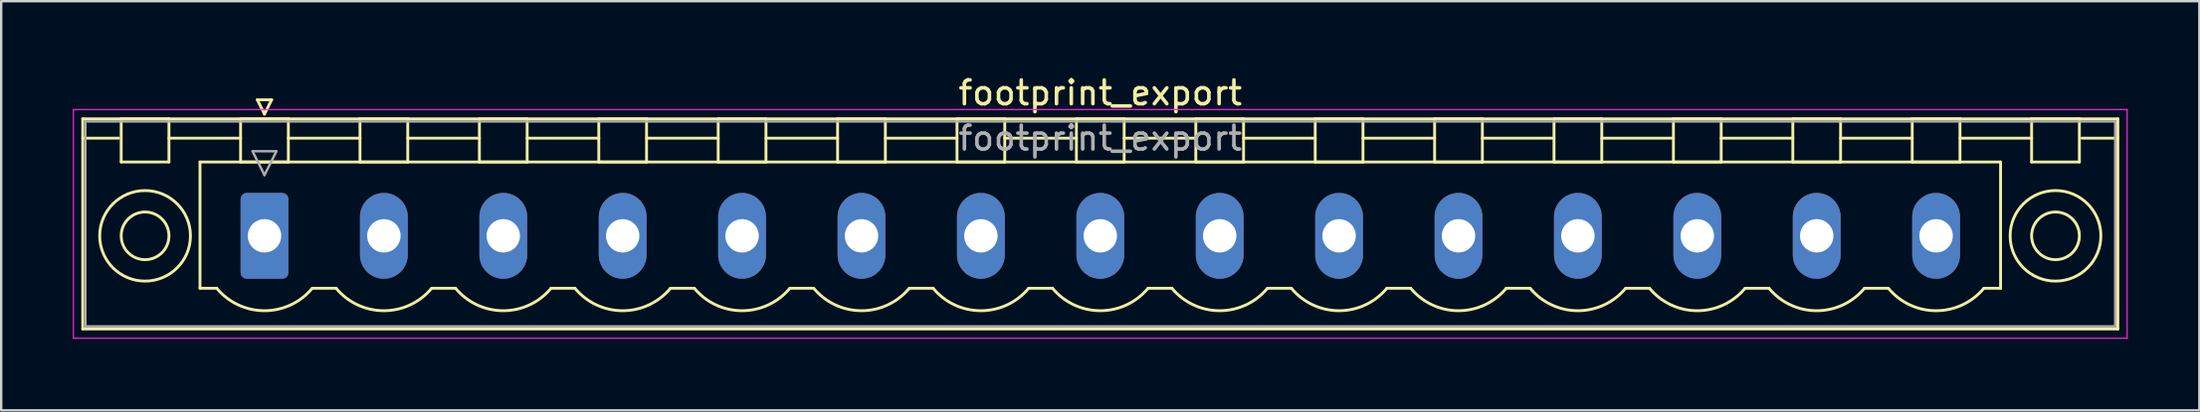
<source format=kicad_pcb>
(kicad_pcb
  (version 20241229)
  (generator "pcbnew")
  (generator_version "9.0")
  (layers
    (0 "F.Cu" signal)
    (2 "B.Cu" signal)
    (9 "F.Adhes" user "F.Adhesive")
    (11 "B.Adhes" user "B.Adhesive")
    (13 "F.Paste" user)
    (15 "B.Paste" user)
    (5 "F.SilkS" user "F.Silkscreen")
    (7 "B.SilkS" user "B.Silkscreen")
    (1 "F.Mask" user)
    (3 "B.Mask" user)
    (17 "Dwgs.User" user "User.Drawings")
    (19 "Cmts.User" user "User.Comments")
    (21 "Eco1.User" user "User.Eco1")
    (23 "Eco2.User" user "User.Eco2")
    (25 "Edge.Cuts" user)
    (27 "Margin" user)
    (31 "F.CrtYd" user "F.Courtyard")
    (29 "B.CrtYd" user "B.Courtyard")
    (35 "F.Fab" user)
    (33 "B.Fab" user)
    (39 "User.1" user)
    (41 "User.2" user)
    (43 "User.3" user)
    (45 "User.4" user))
  (footprint "footprint_export"
    (layer "F.Cu")
    (at 8.025 6.848)
    (property "Reference" "footprint_export" (at 35 -6 0) (layer "F.SilkS") (effects (font (size 1 1) (thickness 0.15))))
    (attr through_hole)
    (fp_line (start -7.61 -4.91) (end -7.61 3.91) (stroke (width 0.12) (type solid)) (layer "F.SilkS"))
    (fp_line (start -7.61 -4.1) (end -6.11 -4.1) (stroke (width 0.12) (type solid)) (layer "F.SilkS"))
    (fp_line (start -7.61 3.91) (end 77.61 3.91) (stroke (width 0.12) (type solid)) (layer "F.SilkS"))
    (fp_line (start -6 -4.91) (end -4 -4.91) (stroke (width 0.12) (type solid)) (layer "F.SilkS"))
    (fp_line (start -6 -3.1) (end -6 -4.91) (stroke (width 0.12) (type solid)) (layer "F.SilkS"))
    (fp_line (start -4 -4.91) (end -4 -3.1) (stroke (width 0.12) (type solid)) (layer "F.SilkS"))
    (fp_line (start -4 -4.1) (end -1 -4.1) (stroke (width 0.12) (type solid)) (layer "F.SilkS"))
    (fp_line (start -4 -3.1) (end -6 -3.1) (stroke (width 0.12) (type solid)) (layer "F.SilkS"))
    (fp_line (start -2.7 -3.1) (end 72.7 -3.1) (stroke (width 0.12) (type solid)) (layer "F.SilkS"))
    (fp_line (start -2.7 2.2) (end -2.7 -3.1) (stroke (width 0.12) (type solid)) (layer "F.SilkS"))
    (fp_line (start -2 2.2) (end -2.7 2.2) (stroke (width 0.12) (type solid)) (layer "F.SilkS"))
    (fp_line (start -1 -4.91) (end 1 -4.91) (stroke (width 0.12) (type solid)) (layer "F.SilkS"))
    (fp_line (start -1 -3.1) (end -1 -4.91) (stroke (width 0.12) (type solid)) (layer "F.SilkS"))
    (fp_line (start -0.3 -5.71) (end 0.3 -5.71) (stroke (width 0.12) (type solid)) (layer "F.SilkS"))
    (fp_line (start 0 -5.11) (end -0.3 -5.71) (stroke (width 0.12) (type solid)) (layer "F.SilkS"))
    (fp_line (start 0.3 -5.71) (end 0 -5.11) (stroke (width 0.12) (type solid)) (layer "F.SilkS"))
    (fp_line (start 1 -4.91) (end 1 -3.1) (stroke (width 0.12) (type solid)) (layer "F.SilkS"))
    (fp_line (start 1 -4.1) (end 4 -4.1) (stroke (width 0.12) (type solid)) (layer "F.SilkS"))
    (fp_line (start 1 -3.1) (end -1 -3.1) (stroke (width 0.12) (type solid)) (layer "F.SilkS"))
    (fp_line (start 2 2.2) (end 3 2.2) (stroke (width 0.12) (type solid)) (layer "F.SilkS"))
    (fp_line (start 4 -4.91) (end 6 -4.91) (stroke (width 0.12) (type solid)) (layer "F.SilkS"))
    (fp_line (start 4 -3.1) (end 4 -4.91) (stroke (width 0.12) (type solid)) (layer "F.SilkS"))
    (fp_line (start 6 -4.91) (end 6 -3.1) (stroke (width 0.12) (type solid)) (layer "F.SilkS"))
    (fp_line (start 6 -4.1) (end 9 -4.1) (stroke (width 0.12) (type solid)) (layer "F.SilkS"))
    (fp_line (start 6 -3.1) (end 4 -3.1) (stroke (width 0.12) (type solid)) (layer "F.SilkS"))
    (fp_line (start 7 2.2) (end 8 2.2) (stroke (width 0.12) (type solid)) (layer "F.SilkS"))
    (fp_line (start 9 -4.91) (end 11 -4.91) (stroke (width 0.12) (type solid)) (layer "F.SilkS"))
    (fp_line (start 9 -3.1) (end 9 -4.91) (stroke (width 0.12) (type solid)) (layer "F.SilkS"))
    (fp_line (start 11 -4.91) (end 11 -3.1) (stroke (width 0.12) (type solid)) (layer "F.SilkS"))
    (fp_line (start 11 -4.1) (end 14 -4.1) (stroke (width 0.12) (type solid)) (layer "F.SilkS"))
    (fp_line (start 11 -3.1) (end 9 -3.1) (stroke (width 0.12) (type solid)) (layer "F.SilkS"))
    (fp_line (start 12 2.2) (end 13 2.2) (stroke (width 0.12) (type solid)) (layer "F.SilkS"))
    (fp_line (start 14 -4.91) (end 16 -4.91) (stroke (width 0.12) (type solid)) (layer "F.SilkS"))
    (fp_line (start 14 -3.1) (end 14 -4.91) (stroke (width 0.12) (type solid)) (layer "F.SilkS"))
    (fp_line (start 16 -4.91) (end 16 -3.1) (stroke (width 0.12) (type solid)) (layer "F.SilkS"))
    (fp_line (start 16 -4.1) (end 19 -4.1) (stroke (width 0.12) (type solid)) (layer "F.SilkS"))
    (fp_line (start 16 -3.1) (end 14 -3.1) (stroke (width 0.12) (type solid)) (layer "F.SilkS"))
    (fp_line (start 17 2.2) (end 18 2.2) (stroke (width 0.12) (type solid)) (layer "F.SilkS"))
    (fp_line (start 19 -4.91) (end 21 -4.91) (stroke (width 0.12) (type solid)) (layer "F.SilkS"))
    (fp_line (start 19 -3.1) (end 19 -4.91) (stroke (width 0.12) (type solid)) (layer "F.SilkS"))
    (fp_line (start 21 -4.91) (end 21 -3.1) (stroke (width 0.12) (type solid)) (layer "F.SilkS"))
    (fp_line (start 21 -4.1) (end 24 -4.1) (stroke (width 0.12) (type solid)) (layer "F.SilkS"))
    (fp_line (start 21 -3.1) (end 19 -3.1) (stroke (width 0.12) (type solid)) (layer "F.SilkS"))
    (fp_line (start 22 2.2) (end 23 2.2) (stroke (width 0.12) (type solid)) (layer "F.SilkS"))
    (fp_line (start 24 -4.91) (end 26 -4.91) (stroke (width 0.12) (type solid)) (layer "F.SilkS"))
    (fp_line (start 24 -3.1) (end 24 -4.91) (stroke (width 0.12) (type solid)) (layer "F.SilkS"))
    (fp_line (start 26 -4.91) (end 26 -3.1) (stroke (width 0.12) (type solid)) (layer "F.SilkS"))
    (fp_line (start 26 -4.1) (end 29 -4.1) (stroke (width 0.12) (type solid)) (layer "F.SilkS"))
    (fp_line (start 26 -3.1) (end 24 -3.1) (stroke (width 0.12) (type solid)) (layer "F.SilkS"))
    (fp_line (start 27 2.2) (end 28 2.2) (stroke (width 0.12) (type solid)) (layer "F.SilkS"))
    (fp_line (start 29 -4.91) (end 31 -4.91) (stroke (width 0.12) (type solid)) (layer "F.SilkS"))
    (fp_line (start 29 -3.1) (end 29 -4.91) (stroke (width 0.12) (type solid)) (layer "F.SilkS"))
    (fp_line (start 31 -4.91) (end 31 -3.1) (stroke (width 0.12) (type solid)) (layer "F.SilkS"))
    (fp_line (start 31 -4.1) (end 34 -4.1) (stroke (width 0.12) (type solid)) (layer "F.SilkS"))
    (fp_line (start 31 -3.1) (end 29 -3.1) (stroke (width 0.12) (type solid)) (layer "F.SilkS"))
    (fp_line (start 32 2.2) (end 33 2.2) (stroke (width 0.12) (type solid)) (layer "F.SilkS"))
    (fp_line (start 34 -4.91) (end 36 -4.91) (stroke (width 0.12) (type solid)) (layer "F.SilkS"))
    (fp_line (start 34 -3.1) (end 34 -4.91) (stroke (width 0.12) (type solid)) (layer "F.SilkS"))
    (fp_line (start 36 -4.91) (end 36 -3.1) (stroke (width 0.12) (type solid)) (layer "F.SilkS"))
    (fp_line (start 36 -4.1) (end 39 -4.1) (stroke (width 0.12) (type solid)) (layer "F.SilkS"))
    (fp_line (start 36 -3.1) (end 34 -3.1) (stroke (width 0.12) (type solid)) (layer "F.SilkS"))
    (fp_line (start 37 2.2) (end 38 2.2) (stroke (width 0.12) (type solid)) (layer "F.SilkS"))
    (fp_line (start 39 -4.91) (end 41 -4.91) (stroke (width 0.12) (type solid)) (layer "F.SilkS"))
    (fp_line (start 39 -3.1) (end 39 -4.91) (stroke (width 0.12) (type solid)) (layer "F.SilkS"))
    (fp_line (start 41 -4.91) (end 41 -3.1) (stroke (width 0.12) (type solid)) (layer "F.SilkS"))
    (fp_line (start 41 -4.1) (end 44 -4.1) (stroke (width 0.12) (type solid)) (layer "F.SilkS"))
    (fp_line (start 41 -3.1) (end 39 -3.1) (stroke (width 0.12) (type solid)) (layer "F.SilkS"))
    (fp_line (start 42 2.2) (end 43 2.2) (stroke (width 0.12) (type solid)) (layer "F.SilkS"))
    (fp_line (start 44 -4.91) (end 46 -4.91) (stroke (width 0.12) (type solid)) (layer "F.SilkS"))
    (fp_line (start 44 -3.1) (end 44 -4.91) (stroke (width 0.12) (type solid)) (layer "F.SilkS"))
    (fp_line (start 46 -4.91) (end 46 -3.1) (stroke (width 0.12) (type solid)) (layer "F.SilkS"))
    (fp_line (start 46 -4.1) (end 49 -4.1) (stroke (width 0.12) (type solid)) (layer "F.SilkS"))
    (fp_line (start 46 -3.1) (end 44 -3.1) (stroke (width 0.12) (type solid)) (layer "F.SilkS"))
    (fp_line (start 47 2.2) (end 48 2.2) (stroke (width 0.12) (type solid)) (layer "F.SilkS"))
    (fp_line (start 49 -4.91) (end 51 -4.91) (stroke (width 0.12) (type solid)) (layer "F.SilkS"))
    (fp_line (start 49 -3.1) (end 49 -4.91) (stroke (width 0.12) (type solid)) (layer "F.SilkS"))
    (fp_line (start 51 -4.91) (end 51 -3.1) (stroke (width 0.12) (type solid)) (layer "F.SilkS"))
    (fp_line (start 51 -4.1) (end 54 -4.1) (stroke (width 0.12) (type solid)) (layer "F.SilkS"))
    (fp_line (start 51 -3.1) (end 49 -3.1) (stroke (width 0.12) (type solid)) (layer "F.SilkS"))
    (fp_line (start 52 2.2) (end 53 2.2) (stroke (width 0.12) (type solid)) (layer "F.SilkS"))
    (fp_line (start 54 -4.91) (end 56 -4.91) (stroke (width 0.12) (type solid)) (layer "F.SilkS"))
    (fp_line (start 54 -3.1) (end 54 -4.91) (stroke (width 0.12) (type solid)) (layer "F.SilkS"))
    (fp_line (start 56 -4.91) (end 56 -3.1) (stroke (width 0.12) (type solid)) (layer "F.SilkS"))
    (fp_line (start 56 -4.1) (end 59 -4.1) (stroke (width 0.12) (type solid)) (layer "F.SilkS"))
    (fp_line (start 56 -3.1) (end 54 -3.1) (stroke (width 0.12) (type solid)) (layer "F.SilkS"))
    (fp_line (start 57 2.2) (end 58 2.2) (stroke (width 0.12) (type solid)) (layer "F.SilkS"))
    (fp_line (start 59 -4.91) (end 61 -4.91) (stroke (width 0.12) (type solid)) (layer "F.SilkS"))
    (fp_line (start 59 -3.1) (end 59 -4.91) (stroke (width 0.12) (type solid)) (layer "F.SilkS"))
    (fp_line (start 61 -4.91) (end 61 -3.1) (stroke (width 0.12) (type solid)) (layer "F.SilkS"))
    (fp_line (start 61 -4.1) (end 64 -4.1) (stroke (width 0.12) (type solid)) (layer "F.SilkS"))
    (fp_line (start 61 -3.1) (end 59 -3.1) (stroke (width 0.12) (type solid)) (layer "F.SilkS"))
    (fp_line (start 62 2.2) (end 63 2.2) (stroke (width 0.12) (type solid)) (layer "F.SilkS"))
    (fp_line (start 64 -4.91) (end 66 -4.91) (stroke (width 0.12) (type solid)) (layer "F.SilkS"))
    (fp_line (start 64 -3.1) (end 64 -4.91) (stroke (width 0.12) (type solid)) (layer "F.SilkS"))
    (fp_line (start 66 -4.91) (end 66 -3.1) (stroke (width 0.12) (type solid)) (layer "F.SilkS"))
    (fp_line (start 66 -4.1) (end 69 -4.1) (stroke (width 0.12) (type solid)) (layer "F.SilkS"))
    (fp_line (start 66 -3.1) (end 64 -3.1) (stroke (width 0.12) (type solid)) (layer "F.SilkS"))
    (fp_line (start 67 2.2) (end 68 2.2) (stroke (width 0.12) (type solid)) (layer "F.SilkS"))
    (fp_line (start 69 -4.91) (end 71 -4.91) (stroke (width 0.12) (type solid)) (layer "F.SilkS"))
    (fp_line (start 69 -3.1) (end 69 -4.91) (stroke (width 0.12) (type solid)) (layer "F.SilkS"))
    (fp_line (start 71 -4.91) (end 71 -3.1) (stroke (width 0.12) (type solid)) (layer "F.SilkS"))
    (fp_line (start 71 -4.1) (end 74 -4.1) (stroke (width 0.12) (type solid)) (layer "F.SilkS"))
    (fp_line (start 71 -3.1) (end 69 -3.1) (stroke (width 0.12) (type solid)) (layer "F.SilkS"))
    (fp_line (start 72.7 -3.1) (end 72.7 2.2) (stroke (width 0.12) (type solid)) (layer "F.SilkS"))
    (fp_line (start 72.7 2.2) (end 72 2.2) (stroke (width 0.12) (type solid)) (layer "F.SilkS"))
    (fp_line (start 74 -4.91) (end 76 -4.91) (stroke (width 0.12) (type solid)) (layer "F.SilkS"))
    (fp_line (start 74 -3.1) (end 74 -4.91) (stroke (width 0.12) (type solid)) (layer "F.SilkS"))
    (fp_line (start 76 -4.91) (end 76 -3.1) (stroke (width 0.12) (type solid)) (layer "F.SilkS"))
    (fp_line (start 76 -3.1) (end 74 -3.1) (stroke (width 0.12) (type solid)) (layer "F.SilkS"))
    (fp_line (start 77.61 -4.91) (end -7.61 -4.91) (stroke (width 0.12) (type solid)) (layer "F.SilkS"))
    (fp_line (start 77.61 -4.1) (end 76.11 -4.1) (stroke (width 0.12) (type solid)) (layer "F.SilkS"))
    (fp_line (start 77.61 3.91) (end 77.61 -4.91) (stroke (width 0.12) (type solid)) (layer "F.SilkS"))
    (fp_arc (start 1.986842 2.215821) (mid -0.010289 3.142758) (end -2 2.2) (stroke (width 0.12) (type solid)) (layer "F.SilkS"))
    (fp_arc (start 6.986842 2.215821) (mid 4.989711 3.142758) (end 3 2.2) (stroke (width 0.12) (type solid)) (layer "F.SilkS"))
    (fp_arc (start 11.986842 2.215821) (mid 9.989711 3.142758) (end 8 2.2) (stroke (width 0.12) (type solid)) (layer "F.SilkS"))
    (fp_arc (start 16.986842 2.215821) (mid 14.989711 3.142758) (end 13 2.2) (stroke (width 0.12) (type solid)) (layer "F.SilkS"))
    (fp_arc (start 21.986842 2.215821) (mid 19.989711 3.142758) (end 18 2.2) (stroke (width 0.12) (type solid)) (layer "F.SilkS"))
    (fp_arc (start 26.986842 2.215821) (mid 24.989711 3.142758) (end 23 2.2) (stroke (width 0.12) (type solid)) (layer "F.SilkS"))
    (fp_arc (start 31.986842 2.215821) (mid 29.989711 3.142758) (end 28 2.2) (stroke (width 0.12) (type solid)) (layer "F.SilkS"))
    (fp_arc (start 36.986842 2.215821) (mid 34.989711 3.142758) (end 33 2.2) (stroke (width 0.12) (type solid)) (layer "F.SilkS"))
    (fp_arc (start 41.986842 2.215821) (mid 39.989711 3.142758) (end 38 2.2) (stroke (width 0.12) (type solid)) (layer "F.SilkS"))
    (fp_arc (start 46.986842 2.215821) (mid 44.989711 3.142758) (end 43 2.2) (stroke (width 0.12) (type solid)) (layer "F.SilkS"))
    (fp_arc (start 51.986842 2.215821) (mid 49.989711 3.142758) (end 48 2.2) (stroke (width 0.12) (type solid)) (layer "F.SilkS"))
    (fp_arc (start 56.986842 2.215821) (mid 54.989711 3.142758) (end 53 2.2) (stroke (width 0.12) (type solid)) (layer "F.SilkS"))
    (fp_arc (start 61.986842 2.215821) (mid 59.989711 3.142758) (end 58 2.2) (stroke (width 0.12) (type solid)) (layer "F.SilkS"))
    (fp_arc (start 66.986842 2.215821) (mid 64.989711 3.142758) (end 63 2.2) (stroke (width 0.12) (type solid)) (layer "F.SilkS"))
    (fp_arc (start 71.986842 2.215821) (mid 69.989711 3.142758) (end 68 2.2) (stroke (width 0.12) (type solid)) (layer "F.SilkS"))
    (fp_circle (center -5 0) (end -4 0) (stroke (width 0.12) (type solid)) (fill no) (layer "F.SilkS"))
    (fp_circle (center -5 0) (end -3.1 0) (stroke (width 0.12) (type solid)) (fill no) (layer "F.SilkS"))
    (fp_circle (center 75 0) (end 76 0) (stroke (width 0.12) (type solid)) (fill no) (layer "F.SilkS"))
    (fp_circle (center 75 0) (end 76.9 0) (stroke (width 0.12) (type solid)) (fill no) (layer "F.SilkS"))
    (fp_line (start -8 -5.3) (end -8 4.3) (stroke (width 0.05) (type solid)) (layer "F.CrtYd"))
    (fp_line (start -8 4.3) (end 78 4.3) (stroke (width 0.05) (type solid)) (layer "F.CrtYd"))
    (fp_line (start 78 -5.3) (end -8 -5.3) (stroke (width 0.05) (type solid)) (layer "F.CrtYd"))
    (fp_line (start 78 4.3) (end 78 -5.3) (stroke (width 0.05) (type solid)) (layer "F.CrtYd"))
    (fp_line (start -7.5 -4.8) (end -7.5 3.8) (stroke (width 0.1) (type solid)) (layer "F.Fab"))
    (fp_line (start -7.5 3.8) (end 77.5 3.8) (stroke (width 0.1) (type solid)) (layer "F.Fab"))
    (fp_line (start -0.5 -3.55) (end 0.5 -3.55) (stroke (width 0.1) (type solid)) (layer "F.Fab"))
    (fp_line (start 0 -2.55) (end -0.5 -3.55) (stroke (width 0.1) (type solid)) (layer "F.Fab"))
    (fp_line (start 0.5 -3.55) (end 0 -2.55) (stroke (width 0.1) (type solid)) (layer "F.Fab"))
    (fp_line (start 77.5 -4.8) (end -7.5 -4.8) (stroke (width 0.1) (type solid)) (layer "F.Fab"))
    (fp_line (start 77.5 3.8) (end 77.5 -4.8) (stroke (width 0.1) (type solid)) (layer "F.Fab"))
    (fp_text user "${REFERENCE}" (at 35 -4.1 0) (layer "F.Fab") (effects (font (size 1 1) (thickness 0.15))))
    (pad "1" thru_hole roundrect (at 0 0) (size 2 3.6) (drill 1.4) (layers "*.Cu" "*.Mask") (roundrect_rratio 0.125))
    (pad "2" thru_hole oval (at 5 0) (size 2 3.6) (drill 1.4) (layers "*.Cu" "*.Mask"))
    (pad "3" thru_hole oval (at 10 0) (size 2 3.6) (drill 1.4) (layers "*.Cu" "*.Mask"))
    (pad "4" thru_hole oval (at 15 0) (size 2 3.6) (drill 1.4) (layers "*.Cu" "*.Mask"))
    (pad "5" thru_hole oval (at 20 0) (size 2 3.6) (drill 1.4) (layers "*.Cu" "*.Mask"))
    (pad "6" thru_hole oval (at 25 0) (size 2 3.6) (drill 1.4) (layers "*.Cu" "*.Mask"))
    (pad "7" thru_hole oval (at 30 0) (size 2 3.6) (drill 1.4) (layers "*.Cu" "*.Mask"))
    (pad "8" thru_hole oval (at 35 0) (size 2 3.6) (drill 1.4) (layers "*.Cu" "*.Mask"))
    (pad "9" thru_hole oval (at 40 0) (size 2 3.6) (drill 1.4) (layers "*.Cu" "*.Mask"))
    (pad "10" thru_hole oval (at 45 0) (size 2 3.6) (drill 1.4) (layers "*.Cu" "*.Mask"))
    (pad "11" thru_hole oval (at 50 0) (size 2 3.6) (drill 1.4) (layers "*.Cu" "*.Mask"))
    (pad "12" thru_hole oval (at 55 0) (size 2 3.6) (drill 1.4) (layers "*.Cu" "*.Mask"))
    (pad "13" thru_hole oval (at 60 0) (size 2 3.6) (drill 1.4) (layers "*.Cu" "*.Mask"))
    (pad "14" thru_hole oval (at 65 0) (size 2 3.6) (drill 1.4) (layers "*.Cu" "*.Mask"))
    (pad "15" thru_hole oval (at 70 0) (size 2 3.6) (drill 1.4) (layers "*.Cu" "*.Mask")))
  (gr_rect
    (start -3 -3)
    (end 89.05 14.173)
    (stroke (width 0.1) (type default))
    (fill no)
    (layer "Edge.Cuts")))
</source>
